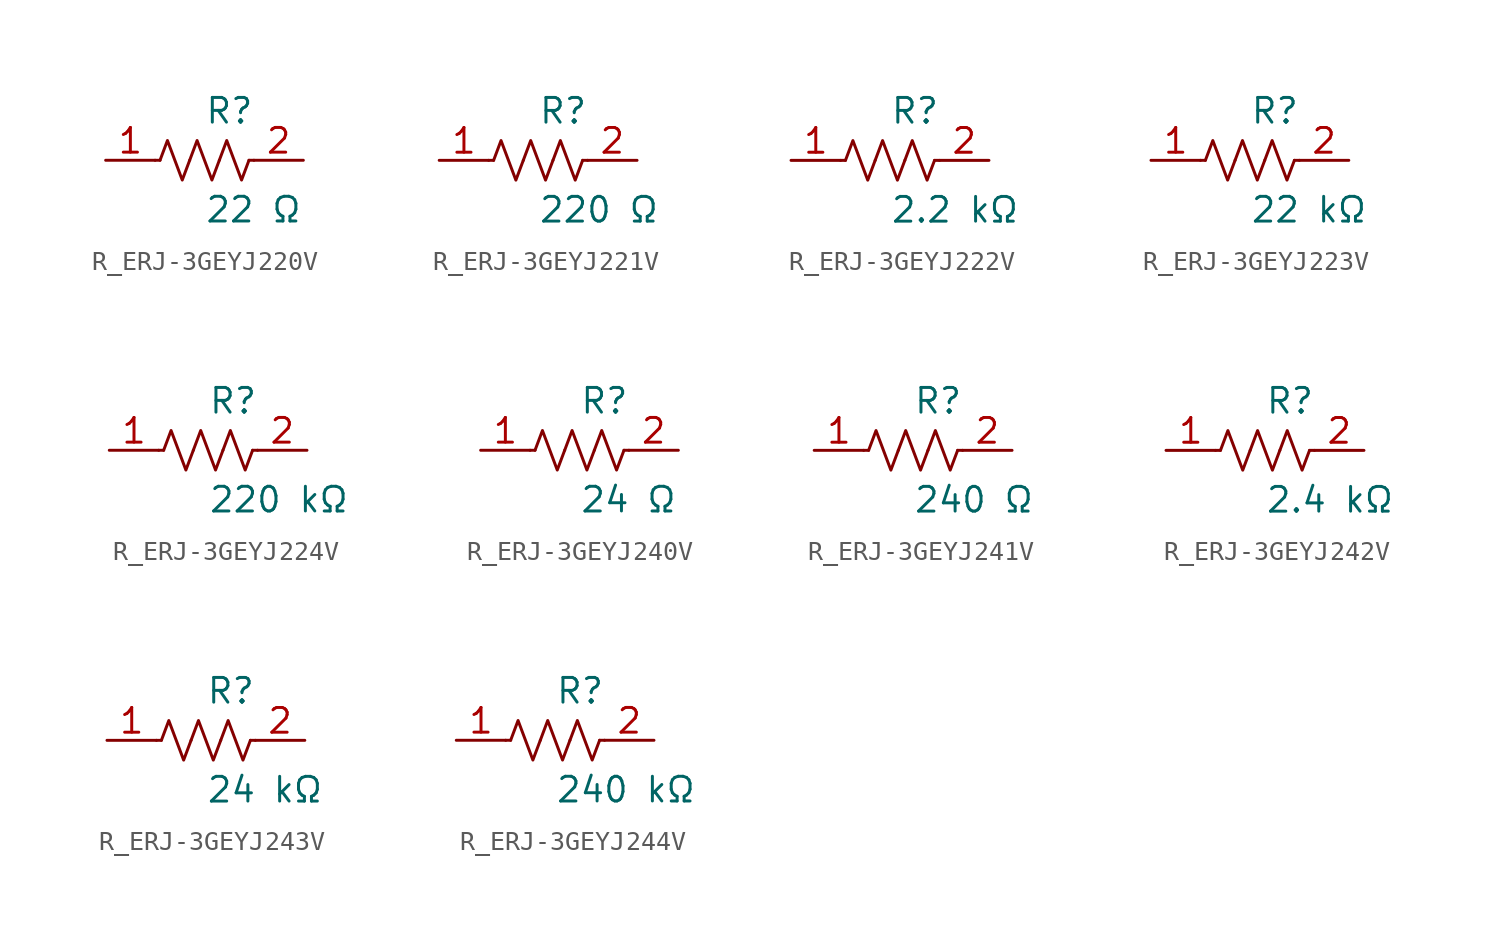
<source format=kicad_sym>
(kicad_symbol_lib
  (version 20231120)
  (generator kicad_symbol_editor)
  (generator_version 8.0)
  (symbol "R_ERJ-3GEYJ220V"
    (pin_names
      (offset 0.254))
    (property "Reference" "R"
      (at 0 2.54 0)
      (effects (font (size 1.27 1.27)) (justify left)))
    (property "Value" "22 Ω"
      (at 0 -2.54 0)
      (effects (font (size 1.27 1.27)) (justify left)))
    (symbol "R_ERJ-3GEYJ220V_0_1"
      (polyline (pts (xy 2.286 0) (xy 2.54 0)) (stroke (width 0) (type default)) (fill (type none)))
      (polyline (pts (xy -2.286 0) (xy -2.54 0)) (stroke (width 0) (type default)) (fill (type none)))
      (polyline (pts (xy 0.762 0) (xy 1.143 1.016) (xy 1.524 0) (xy 1.905 -1.016) (xy 2.286 0)) (stroke (width 0) (type default)) (fill (type none)))
      (polyline (pts (xy -0.762 0) (xy -0.381 1.016) (xy 0 0) (xy 0.381 -1.016) (xy 0.762 0)) (stroke (width 0) (type default)) (fill (type none)))
      (polyline (pts (xy -2.286 0) (xy -1.905 1.016) (xy -1.524 0) (xy -1.143 -1.016) (xy -0.762 0)) (stroke (width 0) (type default)) (fill (type none))))
    (pin passive line
      (at -5.08 0 0)
      (length 2.54)
      (name "" (effects (font (size 1.27 1.27))))
      (number "1" (effects (font (size 1.27 1.27)))))
    (pin passive line
      (at 5.08 0 180)
      (length 2.54)
      (name "" (effects (font (size 1.27 1.27))))
      (number "2" (effects (font (size 1.27 1.27))))))
  (symbol "R_ERJ-3GEYJ221V"
    (pin_names
      (offset 0.254))
    (property "Reference" "R"
      (at 0 2.54 0)
      (effects (font (size 1.27 1.27)) (justify left)))
    (property "Value" "220 Ω"
      (at 0 -2.54 0)
      (effects (font (size 1.27 1.27)) (justify left)))
    (symbol "R_ERJ-3GEYJ221V_0_1"
      (polyline (pts (xy 2.286 0) (xy 2.54 0)) (stroke (width 0) (type default)) (fill (type none)))
      (polyline (pts (xy -2.286 0) (xy -2.54 0)) (stroke (width 0) (type default)) (fill (type none)))
      (polyline (pts (xy 0.762 0) (xy 1.143 1.016) (xy 1.524 0) (xy 1.905 -1.016) (xy 2.286 0)) (stroke (width 0) (type default)) (fill (type none)))
      (polyline (pts (xy -0.762 0) (xy -0.381 1.016) (xy 0 0) (xy 0.381 -1.016) (xy 0.762 0)) (stroke (width 0) (type default)) (fill (type none)))
      (polyline (pts (xy -2.286 0) (xy -1.905 1.016) (xy -1.524 0) (xy -1.143 -1.016) (xy -0.762 0)) (stroke (width 0) (type default)) (fill (type none))))
    (pin passive line
      (at -5.08 0 0)
      (length 2.54)
      (name "" (effects (font (size 1.27 1.27))))
      (number "1" (effects (font (size 1.27 1.27)))))
    (pin passive line
      (at 5.08 0 180)
      (length 2.54)
      (name "" (effects (font (size 1.27 1.27))))
      (number "2" (effects (font (size 1.27 1.27))))))
  (symbol "R_ERJ-3GEYJ222V"
    (pin_names
      (offset 0.254))
    (property "Reference" "R"
      (at 0 2.54 0)
      (effects (font (size 1.27 1.27)) (justify left)))
    (property "Value" "2.2 kΩ"
      (at 0 -2.54 0)
      (effects (font (size 1.27 1.27)) (justify left)))
    (symbol "R_ERJ-3GEYJ222V_0_1"
      (polyline (pts (xy 2.286 0) (xy 2.54 0)) (stroke (width 0) (type default)) (fill (type none)))
      (polyline (pts (xy -2.286 0) (xy -2.54 0)) (stroke (width 0) (type default)) (fill (type none)))
      (polyline (pts (xy 0.762 0) (xy 1.143 1.016) (xy 1.524 0) (xy 1.905 -1.016) (xy 2.286 0)) (stroke (width 0) (type default)) (fill (type none)))
      (polyline (pts (xy -0.762 0) (xy -0.381 1.016) (xy 0 0) (xy 0.381 -1.016) (xy 0.762 0)) (stroke (width 0) (type default)) (fill (type none)))
      (polyline (pts (xy -2.286 0) (xy -1.905 1.016) (xy -1.524 0) (xy -1.143 -1.016) (xy -0.762 0)) (stroke (width 0) (type default)) (fill (type none))))
    (pin passive line
      (at -5.08 0 0)
      (length 2.54)
      (name "" (effects (font (size 1.27 1.27))))
      (number "1" (effects (font (size 1.27 1.27)))))
    (pin passive line
      (at 5.08 0 180)
      (length 2.54)
      (name "" (effects (font (size 1.27 1.27))))
      (number "2" (effects (font (size 1.27 1.27))))))
  (symbol "R_ERJ-3GEYJ223V"
    (pin_names
      (offset 0.254))
    (property "Reference" "R"
      (at 0 2.54 0)
      (effects (font (size 1.27 1.27)) (justify left)))
    (property "Value" "22 kΩ"
      (at 0 -2.54 0)
      (effects (font (size 1.27 1.27)) (justify left)))
    (symbol "R_ERJ-3GEYJ223V_0_1"
      (polyline (pts (xy 2.286 0) (xy 2.54 0)) (stroke (width 0) (type default)) (fill (type none)))
      (polyline (pts (xy -2.286 0) (xy -2.54 0)) (stroke (width 0) (type default)) (fill (type none)))
      (polyline (pts (xy 0.762 0) (xy 1.143 1.016) (xy 1.524 0) (xy 1.905 -1.016) (xy 2.286 0)) (stroke (width 0) (type default)) (fill (type none)))
      (polyline (pts (xy -0.762 0) (xy -0.381 1.016) (xy 0 0) (xy 0.381 -1.016) (xy 0.762 0)) (stroke (width 0) (type default)) (fill (type none)))
      (polyline (pts (xy -2.286 0) (xy -1.905 1.016) (xy -1.524 0) (xy -1.143 -1.016) (xy -0.762 0)) (stroke (width 0) (type default)) (fill (type none))))
    (pin passive line
      (at -5.08 0 0)
      (length 2.54)
      (name "" (effects (font (size 1.27 1.27))))
      (number "1" (effects (font (size 1.27 1.27)))))
    (pin passive line
      (at 5.08 0 180)
      (length 2.54)
      (name "" (effects (font (size 1.27 1.27))))
      (number "2" (effects (font (size 1.27 1.27))))))
  (symbol "R_ERJ-3GEYJ224V"
    (pin_names
      (offset 0.254))
    (property "Reference" "R"
      (at 0 2.54 0)
      (effects (font (size 1.27 1.27)) (justify left)))
    (property "Value" "220 kΩ"
      (at 0 -2.54 0)
      (effects (font (size 1.27 1.27)) (justify left)))
    (symbol "R_ERJ-3GEYJ224V_0_1"
      (polyline (pts (xy 2.286 0) (xy 2.54 0)) (stroke (width 0) (type default)) (fill (type none)))
      (polyline (pts (xy -2.286 0) (xy -2.54 0)) (stroke (width 0) (type default)) (fill (type none)))
      (polyline (pts (xy 0.762 0) (xy 1.143 1.016) (xy 1.524 0) (xy 1.905 -1.016) (xy 2.286 0)) (stroke (width 0) (type default)) (fill (type none)))
      (polyline (pts (xy -0.762 0) (xy -0.381 1.016) (xy 0 0) (xy 0.381 -1.016) (xy 0.762 0)) (stroke (width 0) (type default)) (fill (type none)))
      (polyline (pts (xy -2.286 0) (xy -1.905 1.016) (xy -1.524 0) (xy -1.143 -1.016) (xy -0.762 0)) (stroke (width 0) (type default)) (fill (type none))))
    (pin passive line
      (at -5.08 0 0)
      (length 2.54)
      (name "" (effects (font (size 1.27 1.27))))
      (number "1" (effects (font (size 1.27 1.27)))))
    (pin passive line
      (at 5.08 0 180)
      (length 2.54)
      (name "" (effects (font (size 1.27 1.27))))
      (number "2" (effects (font (size 1.27 1.27))))))
  (symbol "R_ERJ-3GEYJ240V"
    (pin_names
      (offset 0.254))
    (property "Reference" "R"
      (at 0 2.54 0)
      (effects (font (size 1.27 1.27)) (justify left)))
    (property "Value" "24 Ω"
      (at 0 -2.54 0)
      (effects (font (size 1.27 1.27)) (justify left)))
    (symbol "R_ERJ-3GEYJ240V_0_1"
      (polyline (pts (xy 2.286 0) (xy 2.54 0)) (stroke (width 0) (type default)) (fill (type none)))
      (polyline (pts (xy -2.286 0) (xy -2.54 0)) (stroke (width 0) (type default)) (fill (type none)))
      (polyline (pts (xy 0.762 0) (xy 1.143 1.016) (xy 1.524 0) (xy 1.905 -1.016) (xy 2.286 0)) (stroke (width 0) (type default)) (fill (type none)))
      (polyline (pts (xy -0.762 0) (xy -0.381 1.016) (xy 0 0) (xy 0.381 -1.016) (xy 0.762 0)) (stroke (width 0) (type default)) (fill (type none)))
      (polyline (pts (xy -2.286 0) (xy -1.905 1.016) (xy -1.524 0) (xy -1.143 -1.016) (xy -0.762 0)) (stroke (width 0) (type default)) (fill (type none))))
    (pin passive line
      (at -5.08 0 0)
      (length 2.54)
      (name "" (effects (font (size 1.27 1.27))))
      (number "1" (effects (font (size 1.27 1.27)))))
    (pin passive line
      (at 5.08 0 180)
      (length 2.54)
      (name "" (effects (font (size 1.27 1.27))))
      (number "2" (effects (font (size 1.27 1.27))))))
  (symbol "R_ERJ-3GEYJ241V"
    (pin_names
      (offset 0.254))
    (property "Reference" "R"
      (at 0 2.54 0)
      (effects (font (size 1.27 1.27)) (justify left)))
    (property "Value" "240 Ω"
      (at 0 -2.54 0)
      (effects (font (size 1.27 1.27)) (justify left)))
    (symbol "R_ERJ-3GEYJ241V_0_1"
      (polyline (pts (xy 2.286 0) (xy 2.54 0)) (stroke (width 0) (type default)) (fill (type none)))
      (polyline (pts (xy -2.286 0) (xy -2.54 0)) (stroke (width 0) (type default)) (fill (type none)))
      (polyline (pts (xy 0.762 0) (xy 1.143 1.016) (xy 1.524 0) (xy 1.905 -1.016) (xy 2.286 0)) (stroke (width 0) (type default)) (fill (type none)))
      (polyline (pts (xy -0.762 0) (xy -0.381 1.016) (xy 0 0) (xy 0.381 -1.016) (xy 0.762 0)) (stroke (width 0) (type default)) (fill (type none)))
      (polyline (pts (xy -2.286 0) (xy -1.905 1.016) (xy -1.524 0) (xy -1.143 -1.016) (xy -0.762 0)) (stroke (width 0) (type default)) (fill (type none))))
    (pin passive line
      (at -5.08 0 0)
      (length 2.54)
      (name "" (effects (font (size 1.27 1.27))))
      (number "1" (effects (font (size 1.27 1.27)))))
    (pin passive line
      (at 5.08 0 180)
      (length 2.54)
      (name "" (effects (font (size 1.27 1.27))))
      (number "2" (effects (font (size 1.27 1.27))))))
  (symbol "R_ERJ-3GEYJ242V"
    (pin_names
      (offset 0.254))
    (property "Reference" "R"
      (at 0 2.54 0)
      (effects (font (size 1.27 1.27)) (justify left)))
    (property "Value" "2.4 kΩ"
      (at 0 -2.54 0)
      (effects (font (size 1.27 1.27)) (justify left)))
    (symbol "R_ERJ-3GEYJ242V_0_1"
      (polyline (pts (xy 2.286 0) (xy 2.54 0)) (stroke (width 0) (type default)) (fill (type none)))
      (polyline (pts (xy -2.286 0) (xy -2.54 0)) (stroke (width 0) (type default)) (fill (type none)))
      (polyline (pts (xy 0.762 0) (xy 1.143 1.016) (xy 1.524 0) (xy 1.905 -1.016) (xy 2.286 0)) (stroke (width 0) (type default)) (fill (type none)))
      (polyline (pts (xy -0.762 0) (xy -0.381 1.016) (xy 0 0) (xy 0.381 -1.016) (xy 0.762 0)) (stroke (width 0) (type default)) (fill (type none)))
      (polyline (pts (xy -2.286 0) (xy -1.905 1.016) (xy -1.524 0) (xy -1.143 -1.016) (xy -0.762 0)) (stroke (width 0) (type default)) (fill (type none))))
    (pin passive line
      (at -5.08 0 0)
      (length 2.54)
      (name "" (effects (font (size 1.27 1.27))))
      (number "1" (effects (font (size 1.27 1.27)))))
    (pin passive line
      (at 5.08 0 180)
      (length 2.54)
      (name "" (effects (font (size 1.27 1.27))))
      (number "2" (effects (font (size 1.27 1.27))))))
  (symbol "R_ERJ-3GEYJ243V"
    (pin_names
      (offset 0.254))
    (property "Reference" "R"
      (at 0 2.54 0)
      (effects (font (size 1.27 1.27)) (justify left)))
    (property "Value" "24 kΩ"
      (at 0 -2.54 0)
      (effects (font (size 1.27 1.27)) (justify left)))
    (symbol "R_ERJ-3GEYJ243V_0_1"
      (polyline (pts (xy 2.286 0) (xy 2.54 0)) (stroke (width 0) (type default)) (fill (type none)))
      (polyline (pts (xy -2.286 0) (xy -2.54 0)) (stroke (width 0) (type default)) (fill (type none)))
      (polyline (pts (xy 0.762 0) (xy 1.143 1.016) (xy 1.524 0) (xy 1.905 -1.016) (xy 2.286 0)) (stroke (width 0) (type default)) (fill (type none)))
      (polyline (pts (xy -0.762 0) (xy -0.381 1.016) (xy 0 0) (xy 0.381 -1.016) (xy 0.762 0)) (stroke (width 0) (type default)) (fill (type none)))
      (polyline (pts (xy -2.286 0) (xy -1.905 1.016) (xy -1.524 0) (xy -1.143 -1.016) (xy -0.762 0)) (stroke (width 0) (type default)) (fill (type none))))
    (pin passive line
      (at -5.08 0 0)
      (length 2.54)
      (name "" (effects (font (size 1.27 1.27))))
      (number "1" (effects (font (size 1.27 1.27)))))
    (pin passive line
      (at 5.08 0 180)
      (length 2.54)
      (name "" (effects (font (size 1.27 1.27))))
      (number "2" (effects (font (size 1.27 1.27))))))
  (symbol "R_ERJ-3GEYJ244V"
    (pin_names
      (offset 0.254))
    (property "Reference" "R"
      (at 0 2.54 0)
      (effects (font (size 1.27 1.27)) (justify left)))
    (property "Value" "240 kΩ"
      (at 0 -2.54 0)
      (effects (font (size 1.27 1.27)) (justify left)))
    (symbol "R_ERJ-3GEYJ244V_0_1"
      (polyline (pts (xy 2.286 0) (xy 2.54 0)) (stroke (width 0) (type default)) (fill (type none)))
      (polyline (pts (xy -2.286 0) (xy -2.54 0)) (stroke (width 0) (type default)) (fill (type none)))
      (polyline (pts (xy 0.762 0) (xy 1.143 1.016) (xy 1.524 0) (xy 1.905 -1.016) (xy 2.286 0)) (stroke (width 0) (type default)) (fill (type none)))
      (polyline (pts (xy -0.762 0) (xy -0.381 1.016) (xy 0 0) (xy 0.381 -1.016) (xy 0.762 0)) (stroke (width 0) (type default)) (fill (type none)))
      (polyline (pts (xy -2.286 0) (xy -1.905 1.016) (xy -1.524 0) (xy -1.143 -1.016) (xy -0.762 0)) (stroke (width 0) (type default)) (fill (type none))))
    (pin passive line
      (at -5.08 0 0)
      (length 2.54)
      (name "" (effects (font (size 1.27 1.27))))
      (number "1" (effects (font (size 1.27 1.27)))))
    (pin passive line
      (at 5.08 0 180)
      (length 2.54)
      (name "" (effects (font (size 1.27 1.27))))
      (number "2" (effects (font (size 1.27 1.27)))))))
</source>
